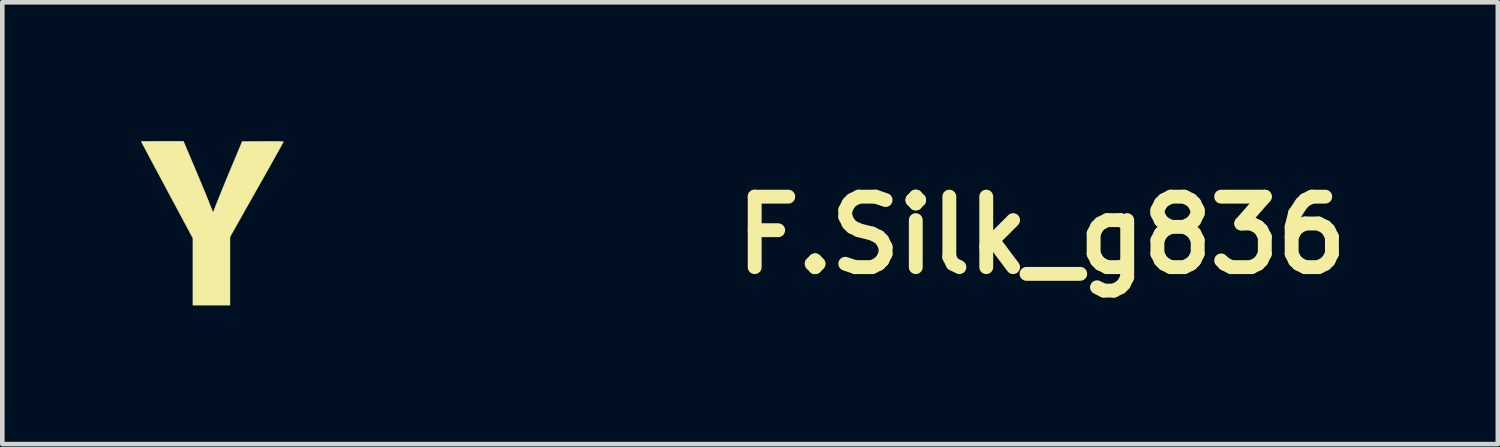
<source format=kicad_pcb>
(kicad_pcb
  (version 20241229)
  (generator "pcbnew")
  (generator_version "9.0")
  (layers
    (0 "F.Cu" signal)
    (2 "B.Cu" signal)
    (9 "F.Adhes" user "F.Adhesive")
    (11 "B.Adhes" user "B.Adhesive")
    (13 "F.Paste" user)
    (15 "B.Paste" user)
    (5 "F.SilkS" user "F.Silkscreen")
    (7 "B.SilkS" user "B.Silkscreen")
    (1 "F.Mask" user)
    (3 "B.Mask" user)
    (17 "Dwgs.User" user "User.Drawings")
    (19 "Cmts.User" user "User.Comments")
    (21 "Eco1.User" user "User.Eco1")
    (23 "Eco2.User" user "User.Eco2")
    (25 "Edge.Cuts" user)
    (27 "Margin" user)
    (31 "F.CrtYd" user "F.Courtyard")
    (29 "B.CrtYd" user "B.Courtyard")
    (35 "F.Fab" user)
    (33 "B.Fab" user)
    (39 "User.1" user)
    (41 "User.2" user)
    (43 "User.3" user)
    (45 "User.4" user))
  (footprint "F.Silk_g836"
    (layer "F.Cu")
    (at 19.474 2.037)
    (property "Reference" "F.Silk_g836" (at 0 0 0) (layer "F.SilkS") (effects (font (size 1.524 1.524) (thickness 0.3))))
    (attr through_hole)
    (fp_poly (pts (xy -18.322 -1.476) (xy -18.271 -1.356) (xy -18.221 -1.235) (xy -18.171 -1.118) (xy -18.126 -1.007) (xy -18.084 -0.907) (xy -18.049 -0.821) (xy -18.021 -0.753) (xy -18.008 -0.718) (xy -17.981 -0.65) (xy -17.957 -0.591) (xy -17.938 -0.544) (xy -17.924 -0.513) (xy -17.919 -0.504) (xy -17.91 -0.507) (xy -17.898 -0.53) (xy -17.894 -0.542) (xy -17.882 -0.577) (xy -17.86 -0.633) (xy -17.831 -0.707) (xy -17.795 -0.798) (xy -17.753 -0.901) (xy -17.707 -1.016) (xy -17.656 -1.14) (xy -17.603 -1.27) (xy -17.547 -1.403) (xy -17.491 -1.537) (xy -17.47 -1.587) (xy -17.286 -2.026) (xy -16.841 -2.029) (xy -16.735 -2.029) (xy -16.638 -2.029) (xy -16.554 -2.029) (xy -16.485 -2.027) (xy -16.434 -2.026) (xy -16.404 -2.023) (xy -16.396 -2.021) (xy -16.402 -2.009) (xy -16.42 -1.976) (xy -16.448 -1.924) (xy -16.487 -1.854) (xy -16.534 -1.769) (xy -16.59 -1.67) (xy -16.653 -1.557) (xy -16.722 -1.434) (xy -16.797 -1.301) (xy -16.876 -1.16) (xy -16.96 -1.012) (xy -16.974 -0.988) (xy -17.551 0.035) (xy -17.551 1.511) (xy -18.352 1.511) (xy -18.352 0.065) (xy -18.91 -0.978) (xy -18.991 -1.129) (xy -19.068 -1.274) (xy -19.141 -1.41) (xy -19.209 -1.537) (xy -19.271 -1.653) (xy -19.326 -1.756) (xy -19.373 -1.845) (xy -19.412 -1.918) (xy -19.441 -1.973) (xy -19.461 -2.01) (xy -19.469 -2.026) (xy -19.469 -2.027) (xy -19.457 -2.028) (xy -19.422 -2.029) (xy -19.368 -2.03) (xy -19.296 -2.031) (xy -19.211 -2.031) (xy -19.114 -2.032) (xy -19.014 -2.032) (xy -18.558 -2.032) (xy -18.322 -1.476)) (stroke (width 0.01) (type solid)) (fill yes) (layer "F.SilkS")))
  (gr_rect
    (start -3 -3)
    (end 29.339 6.553)
    (stroke (width 0.1) (type default))
    (fill no)
    (layer "Edge.Cuts")))
</source>
